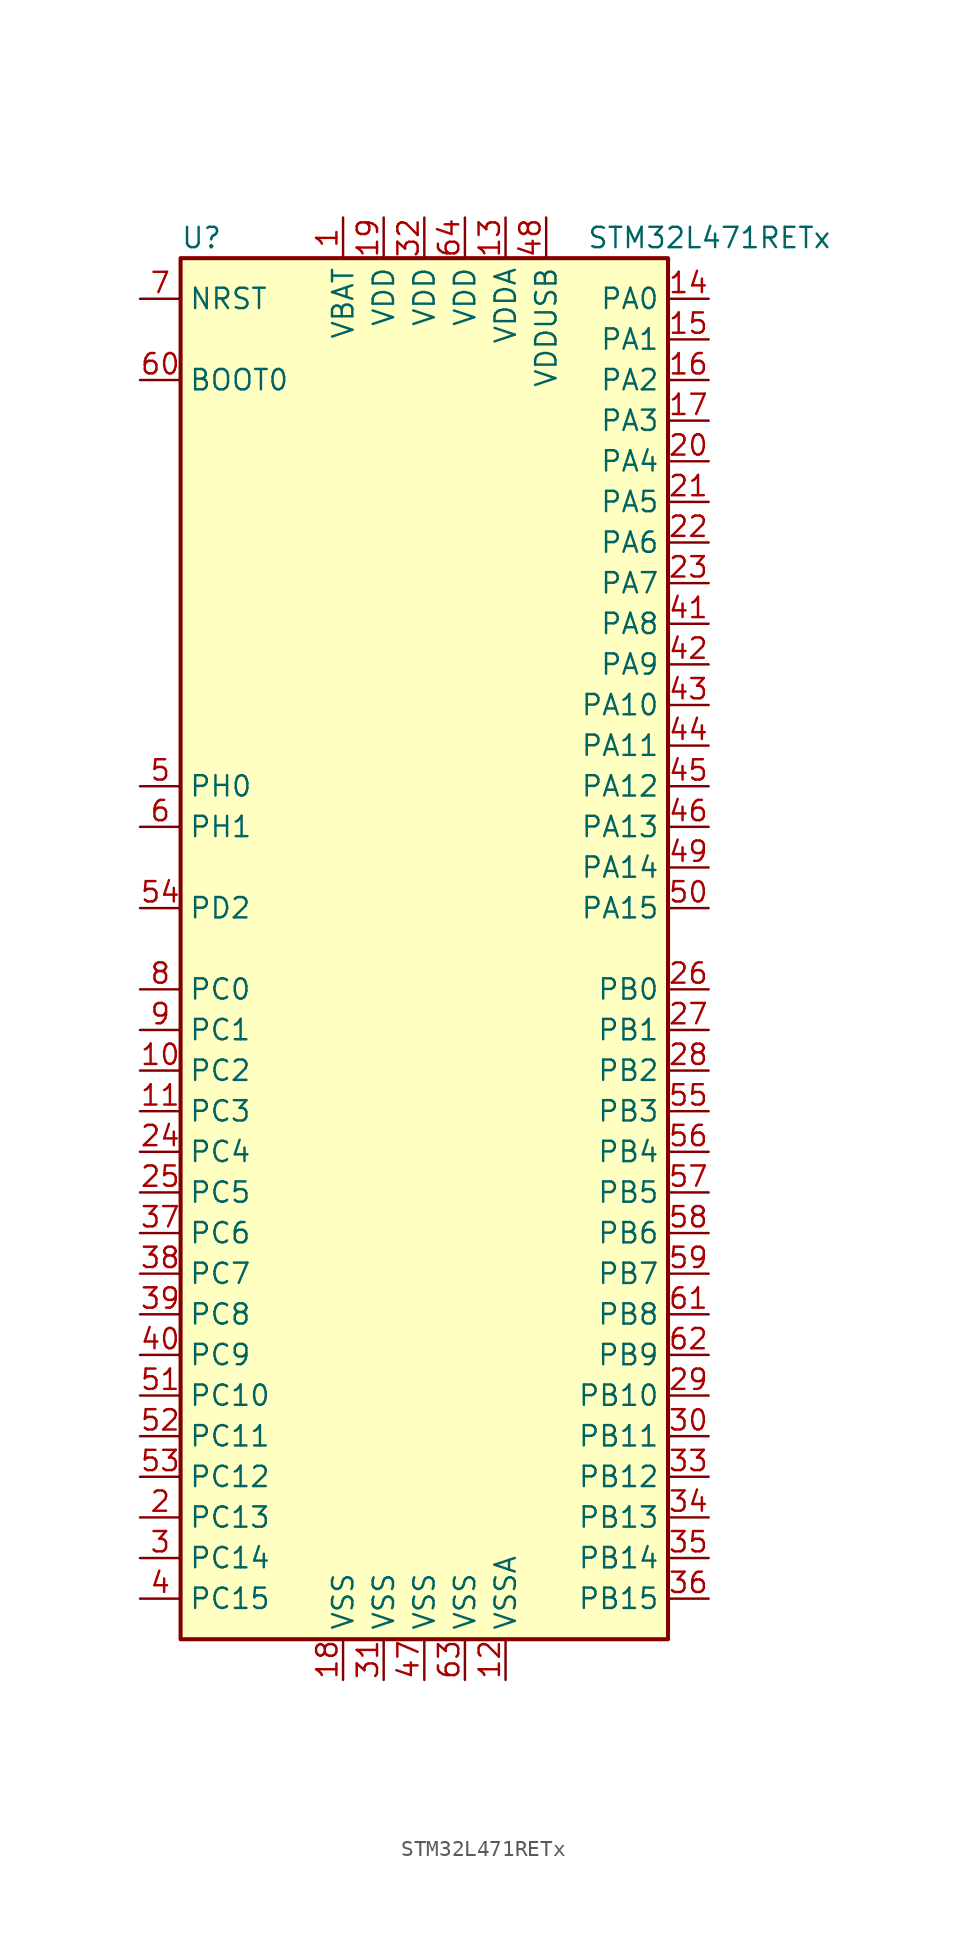
<source format=kicad_sym>
(kicad_symbol_lib
  (version 20201005)
  (generator kicad_symbol_editor)
  (symbol "STM32L471RETx"
    (property "Reference" "U"
      (at -15.24 44.45 0)
      (effects (font (size 1.27 1.27)) (justify left)))
    (property "Value" "STM32L471RETx"
      (at 10.16 44.45 0)
      (effects (font (size 1.27 1.27)) (justify left)))
    (symbol "STM32L471RETx_0_1"
      (rectangle (start -15.24 -43.18) (end 15.24 43.18) (stroke (width 0.254)) (fill (type background))))
    (symbol "STM32L471RETx_1_1"
      (pin input line (at -17.78 35.56 0) (length 2.54) (name "BOOT0" (effects (font (size 1.27 1.27)))) (number "60" (effects (font (size 1.27 1.27)))))
      (pin input line (at -17.78 40.64 0) (length 2.54) (name "NRST" (effects (font (size 1.27 1.27)))) (number "7" (effects (font (size 1.27 1.27)))))
      (pin bidirectional line (at 17.78 40.64 180) (length 2.54) (name "PA0" (effects (font (size 1.27 1.27)))) (number "14" (effects (font (size 1.27 1.27)))))
      (pin bidirectional line (at 17.78 38.1 180) (length 2.54) (name "PA1" (effects (font (size 1.27 1.27)))) (number "15" (effects (font (size 1.27 1.27)))))
      (pin bidirectional line (at 17.78 15.24 180) (length 2.54) (name "PA10" (effects (font (size 1.27 1.27)))) (number "43" (effects (font (size 1.27 1.27)))))
      (pin bidirectional line (at 17.78 12.7 180) (length 2.54) (name "PA11" (effects (font (size 1.27 1.27)))) (number "44" (effects (font (size 1.27 1.27)))))
      (pin bidirectional line (at 17.78 10.16 180) (length 2.54) (name "PA12" (effects (font (size 1.27 1.27)))) (number "45" (effects (font (size 1.27 1.27)))))
      (pin bidirectional line (at 17.78 7.62 180) (length 2.54) (name "PA13" (effects (font (size 1.27 1.27)))) (number "46" (effects (font (size 1.27 1.27)))))
      (pin bidirectional line (at 17.78 5.08 180) (length 2.54) (name "PA14" (effects (font (size 1.27 1.27)))) (number "49" (effects (font (size 1.27 1.27)))))
      (pin bidirectional line (at 17.78 2.54 180) (length 2.54) (name "PA15" (effects (font (size 1.27 1.27)))) (number "50" (effects (font (size 1.27 1.27)))))
      (pin bidirectional line (at 17.78 35.56 180) (length 2.54) (name "PA2" (effects (font (size 1.27 1.27)))) (number "16" (effects (font (size 1.27 1.27)))))
      (pin bidirectional line (at 17.78 33.02 180) (length 2.54) (name "PA3" (effects (font (size 1.27 1.27)))) (number "17" (effects (font (size 1.27 1.27)))))
      (pin bidirectional line (at 17.78 30.48 180) (length 2.54) (name "PA4" (effects (font (size 1.27 1.27)))) (number "20" (effects (font (size 1.27 1.27)))))
      (pin bidirectional line (at 17.78 27.94 180) (length 2.54) (name "PA5" (effects (font (size 1.27 1.27)))) (number "21" (effects (font (size 1.27 1.27)))))
      (pin bidirectional line (at 17.78 25.4 180) (length 2.54) (name "PA6" (effects (font (size 1.27 1.27)))) (number "22" (effects (font (size 1.27 1.27)))))
      (pin bidirectional line (at 17.78 22.86 180) (length 2.54) (name "PA7" (effects (font (size 1.27 1.27)))) (number "23" (effects (font (size 1.27 1.27)))))
      (pin bidirectional line (at 17.78 20.32 180) (length 2.54) (name "PA8" (effects (font (size 1.27 1.27)))) (number "41" (effects (font (size 1.27 1.27)))))
      (pin bidirectional line (at 17.78 17.78 180) (length 2.54) (name "PA9" (effects (font (size 1.27 1.27)))) (number "42" (effects (font (size 1.27 1.27)))))
      (pin bidirectional line (at 17.78 -2.54 180) (length 2.54) (name "PB0" (effects (font (size 1.27 1.27)))) (number "26" (effects (font (size 1.27 1.27)))))
      (pin bidirectional line (at 17.78 -5.08 180) (length 2.54) (name "PB1" (effects (font (size 1.27 1.27)))) (number "27" (effects (font (size 1.27 1.27)))))
      (pin bidirectional line (at 17.78 -27.94 180) (length 2.54) (name "PB10" (effects (font (size 1.27 1.27)))) (number "29" (effects (font (size 1.27 1.27)))))
      (pin bidirectional line (at 17.78 -30.48 180) (length 2.54) (name "PB11" (effects (font (size 1.27 1.27)))) (number "30" (effects (font (size 1.27 1.27)))))
      (pin bidirectional line (at 17.78 -33.02 180) (length 2.54) (name "PB12" (effects (font (size 1.27 1.27)))) (number "33" (effects (font (size 1.27 1.27)))))
      (pin bidirectional line (at 17.78 -35.56 180) (length 2.54) (name "PB13" (effects (font (size 1.27 1.27)))) (number "34" (effects (font (size 1.27 1.27)))))
      (pin bidirectional line (at 17.78 -38.1 180) (length 2.54) (name "PB14" (effects (font (size 1.27 1.27)))) (number "35" (effects (font (size 1.27 1.27)))))
      (pin bidirectional line (at 17.78 -40.64 180) (length 2.54) (name "PB15" (effects (font (size 1.27 1.27)))) (number "36" (effects (font (size 1.27 1.27)))))
      (pin bidirectional line (at 17.78 -7.62 180) (length 2.54) (name "PB2" (effects (font (size 1.27 1.27)))) (number "28" (effects (font (size 1.27 1.27)))))
      (pin bidirectional line (at 17.78 -10.16 180) (length 2.54) (name "PB3" (effects (font (size 1.27 1.27)))) (number "55" (effects (font (size 1.27 1.27)))))
      (pin bidirectional line (at 17.78 -12.7 180) (length 2.54) (name "PB4" (effects (font (size 1.27 1.27)))) (number "56" (effects (font (size 1.27 1.27)))))
      (pin bidirectional line (at 17.78 -15.24 180) (length 2.54) (name "PB5" (effects (font (size 1.27 1.27)))) (number "57" (effects (font (size 1.27 1.27)))))
      (pin bidirectional line (at 17.78 -17.78 180) (length 2.54) (name "PB6" (effects (font (size 1.27 1.27)))) (number "58" (effects (font (size 1.27 1.27)))))
      (pin bidirectional line (at 17.78 -20.32 180) (length 2.54) (name "PB7" (effects (font (size 1.27 1.27)))) (number "59" (effects (font (size 1.27 1.27)))))
      (pin bidirectional line (at 17.78 -22.86 180) (length 2.54) (name "PB8" (effects (font (size 1.27 1.27)))) (number "61" (effects (font (size 1.27 1.27)))))
      (pin bidirectional line (at 17.78 -25.4 180) (length 2.54) (name "PB9" (effects (font (size 1.27 1.27)))) (number "62" (effects (font (size 1.27 1.27)))))
      (pin bidirectional line (at -17.78 -2.54 0) (length 2.54) (name "PC0" (effects (font (size 1.27 1.27)))) (number "8" (effects (font (size 1.27 1.27)))))
      (pin bidirectional line (at -17.78 -5.08 0) (length 2.54) (name "PC1" (effects (font (size 1.27 1.27)))) (number "9" (effects (font (size 1.27 1.27)))))
      (pin bidirectional line (at -17.78 -27.94 0) (length 2.54) (name "PC10" (effects (font (size 1.27 1.27)))) (number "51" (effects (font (size 1.27 1.27)))))
      (pin bidirectional line (at -17.78 -30.48 0) (length 2.54) (name "PC11" (effects (font (size 1.27 1.27)))) (number "52" (effects (font (size 1.27 1.27)))))
      (pin bidirectional line (at -17.78 -33.02 0) (length 2.54) (name "PC12" (effects (font (size 1.27 1.27)))) (number "53" (effects (font (size 1.27 1.27)))))
      (pin bidirectional line (at -17.78 -35.56 0) (length 2.54) (name "PC13" (effects (font (size 1.27 1.27)))) (number "2" (effects (font (size 1.27 1.27)))))
      (pin bidirectional line (at -17.78 -38.1 0) (length 2.54) (name "PC14" (effects (font (size 1.27 1.27)))) (number "3" (effects (font (size 1.27 1.27)))))
      (pin bidirectional line (at -17.78 -40.64 0) (length 2.54) (name "PC15" (effects (font (size 1.27 1.27)))) (number "4" (effects (font (size 1.27 1.27)))))
      (pin bidirectional line (at -17.78 -7.62 0) (length 2.54) (name "PC2" (effects (font (size 1.27 1.27)))) (number "10" (effects (font (size 1.27 1.27)))))
      (pin bidirectional line (at -17.78 -10.16 0) (length 2.54) (name "PC3" (effects (font (size 1.27 1.27)))) (number "11" (effects (font (size 1.27 1.27)))))
      (pin bidirectional line (at -17.78 -12.7 0) (length 2.54) (name "PC4" (effects (font (size 1.27 1.27)))) (number "24" (effects (font (size 1.27 1.27)))))
      (pin bidirectional line (at -17.78 -15.24 0) (length 2.54) (name "PC5" (effects (font (size 1.27 1.27)))) (number "25" (effects (font (size 1.27 1.27)))))
      (pin bidirectional line (at -17.78 -17.78 0) (length 2.54) (name "PC6" (effects (font (size 1.27 1.27)))) (number "37" (effects (font (size 1.27 1.27)))))
      (pin bidirectional line (at -17.78 -20.32 0) (length 2.54) (name "PC7" (effects (font (size 1.27 1.27)))) (number "38" (effects (font (size 1.27 1.27)))))
      (pin bidirectional line (at -17.78 -22.86 0) (length 2.54) (name "PC8" (effects (font (size 1.27 1.27)))) (number "39" (effects (font (size 1.27 1.27)))))
      (pin bidirectional line (at -17.78 -25.4 0) (length 2.54) (name "PC9" (effects (font (size 1.27 1.27)))) (number "40" (effects (font (size 1.27 1.27)))))
      (pin bidirectional line (at -17.78 2.54 0) (length 2.54) (name "PD2" (effects (font (size 1.27 1.27)))) (number "54" (effects (font (size 1.27 1.27)))))
      (pin input line (at -17.78 10.16 0) (length 2.54) (name "PH0" (effects (font (size 1.27 1.27)))) (number "5" (effects (font (size 1.27 1.27)))))
      (pin input line (at -17.78 7.62 0) (length 2.54) (name "PH1" (effects (font (size 1.27 1.27)))) (number "6" (effects (font (size 1.27 1.27)))))
      (pin power_in line (at -5.08 45.72 270) (length 2.54) (name "VBAT" (effects (font (size 1.27 1.27)))) (number "1" (effects (font (size 1.27 1.27)))))
      (pin power_in line (at -2.54 45.72 270) (length 2.54) (name "VDD" (effects (font (size 1.27 1.27)))) (number "19" (effects (font (size 1.27 1.27)))))
      (pin power_in line (at 0 45.72 270) (length 2.54) (name "VDD" (effects (font (size 1.27 1.27)))) (number "32" (effects (font (size 1.27 1.27)))))
      (pin power_in line (at 2.54 45.72 270) (length 2.54) (name "VDD" (effects (font (size 1.27 1.27)))) (number "64" (effects (font (size 1.27 1.27)))))
      (pin power_in line (at 5.08 45.72 270) (length 2.54) (name "VDDA" (effects (font (size 1.27 1.27)))) (number "13" (effects (font (size 1.27 1.27)))))
      (pin power_in line (at 7.62 45.72 270) (length 2.54) (name "VDDUSB" (effects (font (size 1.27 1.27)))) (number "48" (effects (font (size 1.27 1.27)))))
      (pin power_in line (at -5.08 -45.72 90) (length 2.54) (name "VSS" (effects (font (size 1.27 1.27)))) (number "18" (effects (font (size 1.27 1.27)))))
      (pin power_in line (at -2.54 -45.72 90) (length 2.54) (name "VSS" (effects (font (size 1.27 1.27)))) (number "31" (effects (font (size 1.27 1.27)))))
      (pin power_in line (at 0 -45.72 90) (length 2.54) (name "VSS" (effects (font (size 1.27 1.27)))) (number "47" (effects (font (size 1.27 1.27)))))
      (pin power_in line (at 2.54 -45.72 90) (length 2.54) (name "VSS" (effects (font (size 1.27 1.27)))) (number "63" (effects (font (size 1.27 1.27)))))
      (pin power_in line (at 5.08 -45.72 90) (length 2.54) (name "VSSA" (effects (font (size 1.27 1.27)))) (number "12" (effects (font (size 1.27 1.27))))))))
</source>
